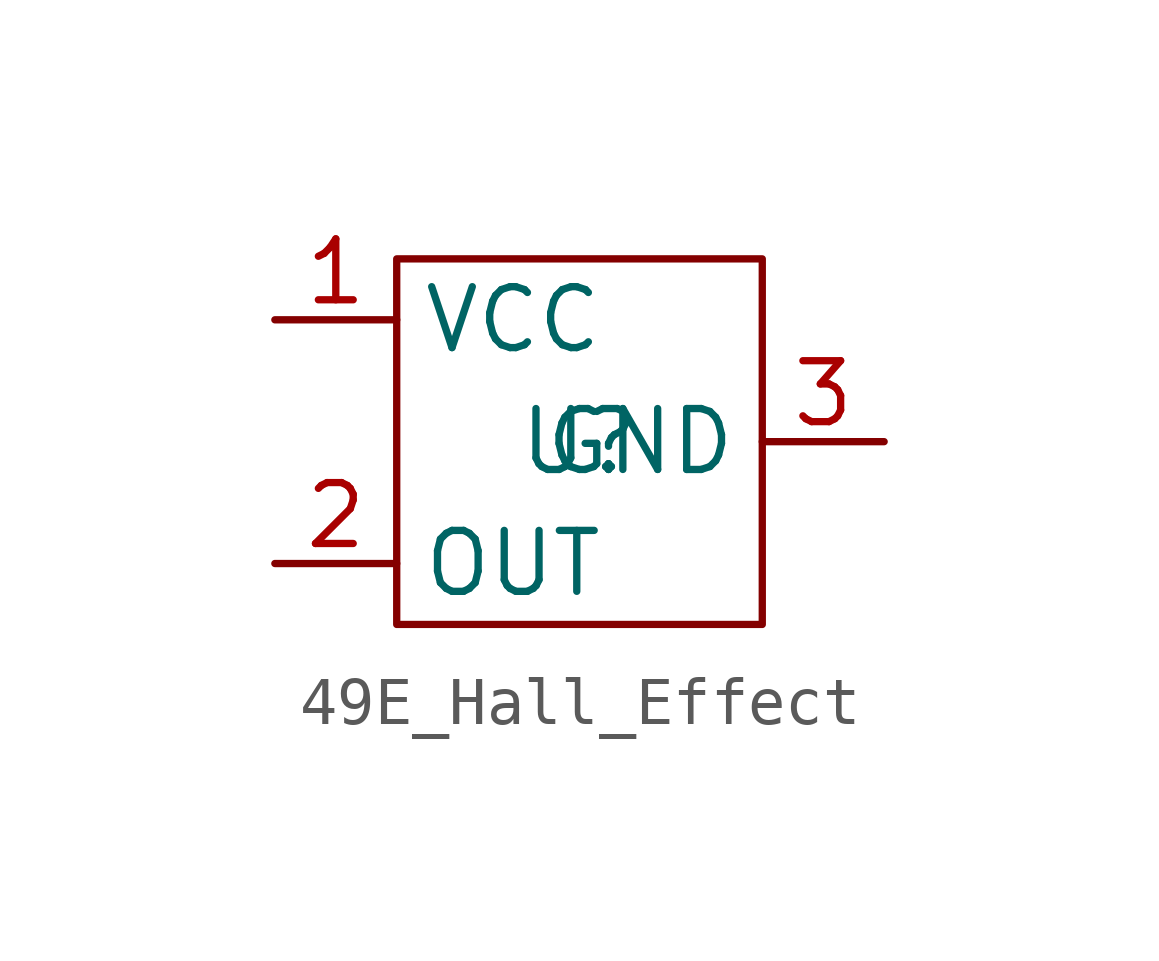
<source format=kicad_sym>
(kicad_symbol_lib
  (version 20220914)
  (generator kicad_symbol_editor)
  (symbol "49E_Hall_Effect"
    (property "Reference" "U"
      (at 0 0 0)
      (effects (font (size 1.27 1.27))))
    (property "Value" ""
      (at 0 0 0)
      (effects (font (size 1.27 1.27))))
    (symbol "49E_Hall_Effect_0_1"
      (rectangle (start -3.81 3.81) (end 3.81 -3.81) (stroke (width 0) (type default)) (fill (type none))))
    (symbol "49E_Hall_Effect_1_1"
      (pin input line (at -6.35 2.54 0) (length 2.54) (name "VCC" (effects (font (size 1.27 1.27)))) (number "1" (effects (font (size 1.27 1.27)))))
      (pin output line (at -6.35 -2.54 0) (length 2.54) (name "OUT" (effects (font (size 1.27 1.27)))) (number "2" (effects (font (size 1.27 1.27)))))
      (pin input line (at 6.35 0 180) (length 2.54) (name "GND" (effects (font (size 1.27 1.27)))) (number "3" (effects (font (size 1.27 1.27))))))))
</source>
